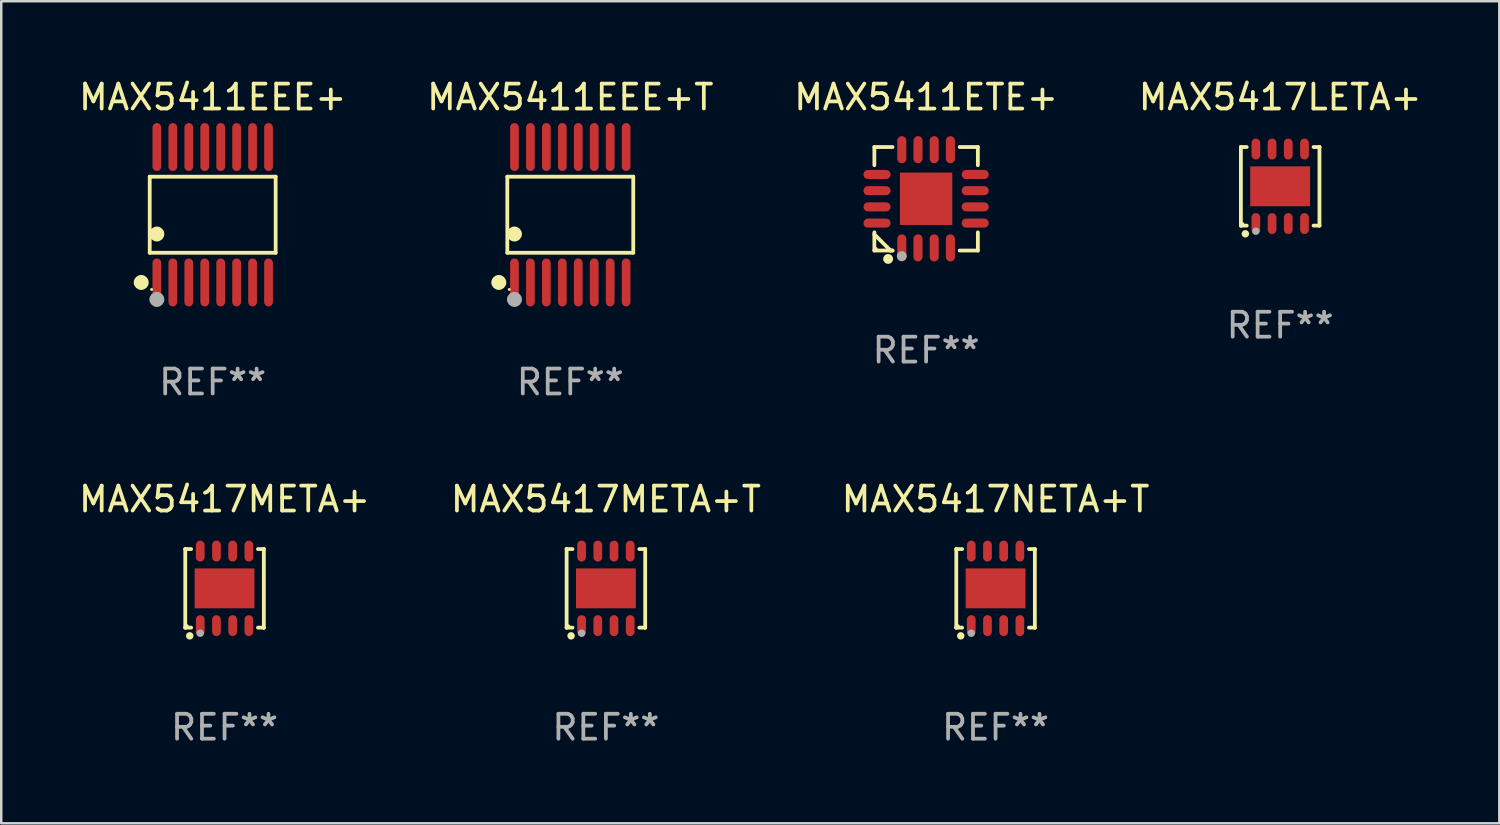
<source format=kicad_pcb>
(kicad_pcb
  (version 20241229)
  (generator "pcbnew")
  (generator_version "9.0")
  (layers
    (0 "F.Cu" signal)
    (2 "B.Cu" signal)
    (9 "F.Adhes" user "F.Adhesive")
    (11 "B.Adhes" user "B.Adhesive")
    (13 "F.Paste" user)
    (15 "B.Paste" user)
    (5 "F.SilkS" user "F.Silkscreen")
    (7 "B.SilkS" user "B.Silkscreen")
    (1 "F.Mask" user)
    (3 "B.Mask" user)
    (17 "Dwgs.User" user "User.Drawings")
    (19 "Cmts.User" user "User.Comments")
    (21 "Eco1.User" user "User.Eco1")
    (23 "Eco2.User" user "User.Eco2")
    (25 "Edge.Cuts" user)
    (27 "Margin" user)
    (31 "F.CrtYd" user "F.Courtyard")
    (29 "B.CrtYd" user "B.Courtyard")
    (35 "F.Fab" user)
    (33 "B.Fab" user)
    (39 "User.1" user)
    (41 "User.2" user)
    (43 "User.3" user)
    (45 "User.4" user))
  (footprint "MAX5417NETA+T"
    (layer "F.Cu")
    (at 36.887 20.552)
    (property "Reference" "MAX5417NETA+T" (at 0 -3.576 0) (layer "F.SilkS") (effects (font (size 1 1) (thickness 0.15))))
    (attr through_hole)
    (fp_line (start -1.576 -1.576) (end -1.576 -1.576) (stroke (width 0.152) (type solid)) (layer "F.SilkS"))
    (fp_line (start -1.576 -1.576) (end -1.341 -1.576) (stroke (width 0.152) (type solid)) (layer "F.SilkS"))
    (fp_line (start -1.576 1.576) (end -1.576 -1.576) (stroke (width 0.152) (type solid)) (layer "F.SilkS"))
    (fp_line (start -1.576 1.576) (end -1.576 1.576) (stroke (width 0.152) (type solid)) (layer "F.SilkS"))
    (fp_line (start -1.341 1.576) (end -1.576 1.576) (stroke (width 0.152) (type solid)) (layer "F.SilkS"))
    (fp_line (start 1.341 1.576) (end 1.576 1.576) (stroke (width 0.152) (type solid)) (layer "F.SilkS"))
    (fp_line (start 1.576 -1.576) (end 1.341 -1.576) (stroke (width 0.152) (type solid)) (layer "F.SilkS"))
    (fp_line (start 1.576 -1.576) (end 1.576 -1.576) (stroke (width 0.152) (type solid)) (layer "F.SilkS"))
    (fp_line (start 1.576 1.576) (end 1.576 -1.576) (stroke (width 0.152) (type solid)) (layer "F.SilkS"))
    (fp_line (start 1.576 1.576) (end 1.576 1.576) (stroke (width 0.152) (type solid)) (layer "F.SilkS"))
    (fp_circle (center -1.5 1.5) (end -1.47 1.5) (stroke (width 0.06) (type solid)) (fill no) (layer "F.SilkS"))
    (fp_circle (center -1.397 1.905) (end -1.322 1.905) (stroke (width 0.15) (type solid)) (fill no) (layer "F.SilkS"))
    (fp_circle (center -0.975 1.8) (end -0.9 1.8) (stroke (width 0.15) (type solid)) (fill no) (layer "F.Fab"))
    (fp_text user "REF**" (at 0 5.576 0) (layer "F.Fab") (effects (font (size 1 1) (thickness 0.15))))
    (pad "1" smd oval (at -0.975 1.495) (size 0.35 0.84) (layers "F.Cu" "F.Mask" "F.Paste"))
    (pad "2" smd oval (at -0.325 1.495) (size 0.35 0.84) (layers "F.Cu" "F.Mask" "F.Paste"))
    (pad "3" smd oval (at 0.325 1.495) (size 0.35 0.84) (layers "F.Cu" "F.Mask" "F.Paste"))
    (pad "4" smd oval (at 0.975 1.495) (size 0.35 0.84) (layers "F.Cu" "F.Mask" "F.Paste"))
    (pad "5" smd oval (at 0.975 -1.495) (size 0.35 0.84) (layers "F.Cu" "F.Mask" "F.Paste"))
    (pad "6" smd oval (at 0.325 -1.495) (size 0.35 0.84) (layers "F.Cu" "F.Mask" "F.Paste"))
    (pad "7" smd oval (at -0.325 -1.495) (size 0.35 0.84) (layers "F.Cu" "F.Mask" "F.Paste"))
    (pad "8" smd oval (at -0.975 -1.495) (size 0.35 0.84) (layers "F.Cu" "F.Mask" "F.Paste"))
    (pad "9" smd rect (at 0 0) (size 2.4 1.6) (layers "F.Cu" "F.Mask" "F.Paste")))
  (footprint "MAX5411ETE+"
    (layer "F.Cu")
    (at 34.101 4.924)
    (property "Reference" "MAX5411ETE+" (at 0 -4.076 0) (layer "F.SilkS") (effects (font (size 1 1) (thickness 0.15))))
    (attr through_hole)
    (fp_line (start -2.076 -2.076) (end -1.347 -2.076) (stroke (width 0.152) (type solid)) (layer "F.SilkS"))
    (fp_line (start -2.076 -1.347) (end -2.076 -2.076) (stroke (width 0.152) (type solid)) (layer "F.SilkS"))
    (fp_line (start -2.076 1.347) (end -2.076 2.076) (stroke (width 0.152) (type solid)) (layer "F.SilkS"))
    (fp_line (start -2.076 2.076) (end -1.347 2.076) (stroke (width 0.152) (type solid)) (layer "F.SilkS"))
    (fp_line (start -1.429 2.076) (end -2.076 1.429) (stroke (width 0.152) (type solid)) (layer "F.SilkS"))
    (fp_line (start -1.347 2.076) (end -1.429 2.076) (stroke (width 0.152) (type solid)) (layer "F.SilkS"))
    (fp_line (start 2.076 -2.076) (end 1.347 -2.076) (stroke (width 0.152) (type solid)) (layer "F.SilkS"))
    (fp_line (start 2.076 -1.347) (end 2.076 -2.076) (stroke (width 0.152) (type solid)) (layer "F.SilkS"))
    (fp_line (start 2.076 1.347) (end 2.076 2.076) (stroke (width 0.152) (type solid)) (layer "F.SilkS"))
    (fp_line (start 2.076 2.076) (end 1.347 2.076) (stroke (width 0.152) (type solid)) (layer "F.SilkS"))
    (fp_circle (center -2 2) (end -1.97 2) (stroke (width 0.06) (type solid)) (fill no) (layer "F.SilkS"))
    (fp_circle (center -1.524 2.413) (end -1.424 2.413) (stroke (width 0.2) (type solid)) (fill no) (layer "F.SilkS"))
    (fp_circle (center -0.975 2.3) (end -0.875 2.3) (stroke (width 0.2) (type solid)) (fill no) (layer "F.Fab"))
    (fp_text user "REF**" (at 0 6.076 0) (layer "F.Fab") (effects (font (size 1 1) (thickness 0.15))))
    (pad "1" smd oval (at -0.975 1.969) (size 0.364 1.087) (layers "F.Cu" "F.Mask" "F.Paste"))
    (pad "2" smd oval (at -0.325 1.969) (size 0.364 1.087) (layers "F.Cu" "F.Mask" "F.Paste"))
    (pad "3" smd oval (at 0.325 1.969) (size 0.364 1.087) (layers "F.Cu" "F.Mask" "F.Paste"))
    (pad "4" smd oval (at 0.975 1.969) (size 0.364 1.087) (layers "F.Cu" "F.Mask" "F.Paste"))
    (pad "5" smd oval (at 1.969 0.975) (size 1.087 0.364) (layers "F.Cu" "F.Mask" "F.Paste"))
    (pad "6" smd oval (at 1.969 0.325) (size 1.087 0.364) (layers "F.Cu" "F.Mask" "F.Paste"))
    (pad "7" smd oval (at 1.969 -0.325) (size 1.087 0.364) (layers "F.Cu" "F.Mask" "F.Paste"))
    (pad "8" smd oval (at 1.969 -0.975) (size 1.087 0.364) (layers "F.Cu" "F.Mask" "F.Paste"))
    (pad "9" smd oval (at 0.975 -1.969) (size 0.364 1.087) (layers "F.Cu" "F.Mask" "F.Paste"))
    (pad "10" smd oval (at 0.325 -1.969) (size 0.364 1.087) (layers "F.Cu" "F.Mask" "F.Paste"))
    (pad "11" smd oval (at -0.325 -1.969) (size 0.364 1.087) (layers "F.Cu" "F.Mask" "F.Paste"))
    (pad "12" smd oval (at -0.975 -1.969) (size 0.364 1.087) (layers "F.Cu" "F.Mask" "F.Paste"))
    (pad "13" smd oval (at -1.969 -0.975) (size 1.087 0.364) (layers "F.Cu" "F.Mask" "F.Paste"))
    (pad "14" smd oval (at -1.969 -0.325) (size 1.087 0.364) (layers "F.Cu" "F.Mask" "F.Paste"))
    (pad "15" smd oval (at -1.969 0.325) (size 1.087 0.364) (layers "F.Cu" "F.Mask" "F.Paste"))
    (pad "16" smd oval (at -1.969 0.975) (size 1.087 0.364) (layers "F.Cu" "F.Mask" "F.Paste"))
    (pad "17" smd rect (at 0 0) (size 2.1 2.1) (layers "F.Cu" "F.Mask" "F.Paste")))
  (footprint "MAX5411EEE+T"
    (layer "F.Cu")
    (at 19.827 5.564)
    (property "Reference" "MAX5411EEE+T" (at 0 -4.716 0) (layer "F.SilkS") (effects (font (size 1 1) (thickness 0.15))))
    (attr through_hole)
    (fp_line (start -2.526 -1.526) (end 2.526 -1.526) (stroke (width 0.152) (type solid)) (layer "F.SilkS"))
    (fp_line (start -2.526 1.526) (end -2.526 -1.526) (stroke (width 0.152) (type solid)) (layer "F.SilkS"))
    (fp_line (start 2.526 -1.526) (end 2.526 1.526) (stroke (width 0.152) (type solid)) (layer "F.SilkS"))
    (fp_line (start 2.526 1.526) (end -2.526 1.526) (stroke (width 0.152) (type solid)) (layer "F.SilkS"))
    (fp_circle (center -2.867 2.716) (end -2.717 2.716) (stroke (width 0.3) (type solid)) (fill no) (layer "F.SilkS"))
    (fp_circle (center -2.45 2.997) (end -2.42 2.997) (stroke (width 0.06) (type solid)) (fill no) (layer "F.SilkS"))
    (fp_circle (center -2.24 0.774) (end -2.09 0.774) (stroke (width 0.3) (type solid)) (fill no) (layer "F.SilkS"))
    (fp_circle (center -2.24 3.398) (end -2.09 3.398) (stroke (width 0.3) (type solid)) (fill no) (layer "F.Fab"))
    (fp_text user "REF**" (at 0 6.716 0) (layer "F.Fab") (effects (font (size 1 1) (thickness 0.15))))
    (pad "1" smd oval (at -2.24 2.716) (size 0.35 1.922) (layers "F.Cu" "F.Mask" "F.Paste"))
    (pad "2" smd oval (at -1.6 2.716) (size 0.35 1.922) (layers "F.Cu" "F.Mask" "F.Paste"))
    (pad "3" smd oval (at -0.96 2.716) (size 0.35 1.922) (layers "F.Cu" "F.Mask" "F.Paste"))
    (pad "4" smd oval (at -0.32 2.716) (size 0.35 1.922) (layers "F.Cu" "F.Mask" "F.Paste"))
    (pad "5" smd oval (at 0.32 2.716) (size 0.35 1.922) (layers "F.Cu" "F.Mask" "F.Paste"))
    (pad "6" smd oval (at 0.96 2.716) (size 0.35 1.922) (layers "F.Cu" "F.Mask" "F.Paste"))
    (pad "7" smd oval (at 1.6 2.716) (size 0.35 1.922) (layers "F.Cu" "F.Mask" "F.Paste"))
    (pad "8" smd oval (at 2.24 2.716) (size 0.35 1.922) (layers "F.Cu" "F.Mask" "F.Paste"))
    (pad "9" smd oval (at 2.24 -2.716) (size 0.35 1.922) (layers "F.Cu" "F.Mask" "F.Paste"))
    (pad "10" smd oval (at 1.6 -2.716) (size 0.35 1.922) (layers "F.Cu" "F.Mask" "F.Paste"))
    (pad "11" smd oval (at 0.96 -2.716) (size 0.35 1.922) (layers "F.Cu" "F.Mask" "F.Paste"))
    (pad "12" smd oval (at 0.32 -2.716) (size 0.35 1.922) (layers "F.Cu" "F.Mask" "F.Paste"))
    (pad "13" smd oval (at -0.32 -2.716) (size 0.35 1.922) (layers "F.Cu" "F.Mask" "F.Paste"))
    (pad "14" smd oval (at -0.96 -2.716) (size 0.35 1.922) (layers "F.Cu" "F.Mask" "F.Paste"))
    (pad "15" smd oval (at -1.6 -2.716) (size 0.35 1.922) (layers "F.Cu" "F.Mask" "F.Paste"))
    (pad "16" smd oval (at -2.24 -2.716) (size 0.35 1.922) (layers "F.Cu" "F.Mask" "F.Paste")))
  (footprint "MAX5411EEE+"
    (layer "F.Cu")
    (at 5.482 5.564)
    (property "Reference" "MAX5411EEE+" (at 0 -4.716 0) (layer "F.SilkS") (effects (font (size 1 1) (thickness 0.15))))
    (attr through_hole)
    (fp_line (start -2.526 -1.526) (end 2.526 -1.526) (stroke (width 0.152) (type solid)) (layer "F.SilkS"))
    (fp_line (start -2.526 1.526) (end -2.526 -1.526) (stroke (width 0.152) (type solid)) (layer "F.SilkS"))
    (fp_line (start 2.526 -1.526) (end 2.526 1.526) (stroke (width 0.152) (type solid)) (layer "F.SilkS"))
    (fp_line (start 2.526 1.526) (end -2.526 1.526) (stroke (width 0.152) (type solid)) (layer "F.SilkS"))
    (fp_circle (center -2.867 2.716) (end -2.717 2.716) (stroke (width 0.3) (type solid)) (fill no) (layer "F.SilkS"))
    (fp_circle (center -2.45 2.997) (end -2.42 2.997) (stroke (width 0.06) (type solid)) (fill no) (layer "F.SilkS"))
    (fp_circle (center -2.24 0.774) (end -2.09 0.774) (stroke (width 0.3) (type solid)) (fill no) (layer "F.SilkS"))
    (fp_circle (center -2.24 3.398) (end -2.09 3.398) (stroke (width 0.3) (type solid)) (fill no) (layer "F.Fab"))
    (fp_text user "REF**" (at 0 6.716 0) (layer "F.Fab") (effects (font (size 1 1) (thickness 0.15))))
    (pad "1" smd oval (at -2.24 2.716) (size 0.35 1.922) (layers "F.Cu" "F.Mask" "F.Paste"))
    (pad "2" smd oval (at -1.6 2.716) (size 0.35 1.922) (layers "F.Cu" "F.Mask" "F.Paste"))
    (pad "3" smd oval (at -0.96 2.716) (size 0.35 1.922) (layers "F.Cu" "F.Mask" "F.Paste"))
    (pad "4" smd oval (at -0.32 2.716) (size 0.35 1.922) (layers "F.Cu" "F.Mask" "F.Paste"))
    (pad "5" smd oval (at 0.32 2.716) (size 0.35 1.922) (layers "F.Cu" "F.Mask" "F.Paste"))
    (pad "6" smd oval (at 0.96 2.716) (size 0.35 1.922) (layers "F.Cu" "F.Mask" "F.Paste"))
    (pad "7" smd oval (at 1.6 2.716) (size 0.35 1.922) (layers "F.Cu" "F.Mask" "F.Paste"))
    (pad "8" smd oval (at 2.24 2.716) (size 0.35 1.922) (layers "F.Cu" "F.Mask" "F.Paste"))
    (pad "9" smd oval (at 2.24 -2.716) (size 0.35 1.922) (layers "F.Cu" "F.Mask" "F.Paste"))
    (pad "10" smd oval (at 1.6 -2.716) (size 0.35 1.922) (layers "F.Cu" "F.Mask" "F.Paste"))
    (pad "11" smd oval (at 0.96 -2.716) (size 0.35 1.922) (layers "F.Cu" "F.Mask" "F.Paste"))
    (pad "12" smd oval (at 0.32 -2.716) (size 0.35 1.922) (layers "F.Cu" "F.Mask" "F.Paste"))
    (pad "13" smd oval (at -0.32 -2.716) (size 0.35 1.922) (layers "F.Cu" "F.Mask" "F.Paste"))
    (pad "14" smd oval (at -0.96 -2.716) (size 0.35 1.922) (layers "F.Cu" "F.Mask" "F.Paste"))
    (pad "15" smd oval (at -1.6 -2.716) (size 0.35 1.922) (layers "F.Cu" "F.Mask" "F.Paste"))
    (pad "16" smd oval (at -2.24 -2.716) (size 0.35 1.922) (layers "F.Cu" "F.Mask" "F.Paste")))
  (footprint "MAX5417META+"
    (layer "F.Cu")
    (at 5.958 20.552)
    (property "Reference" "MAX5417META+" (at 0 -3.576 0) (layer "F.SilkS") (effects (font (size 1 1) (thickness 0.15))))
    (attr through_hole)
    (fp_line (start -1.576 -1.576) (end -1.576 -1.576) (stroke (width 0.152) (type solid)) (layer "F.SilkS"))
    (fp_line (start -1.576 -1.576) (end -1.341 -1.576) (stroke (width 0.152) (type solid)) (layer "F.SilkS"))
    (fp_line (start -1.576 1.576) (end -1.576 -1.576) (stroke (width 0.152) (type solid)) (layer "F.SilkS"))
    (fp_line (start -1.576 1.576) (end -1.576 1.576) (stroke (width 0.152) (type solid)) (layer "F.SilkS"))
    (fp_line (start -1.341 1.576) (end -1.576 1.576) (stroke (width 0.152) (type solid)) (layer "F.SilkS"))
    (fp_line (start 1.341 1.576) (end 1.576 1.576) (stroke (width 0.152) (type solid)) (layer "F.SilkS"))
    (fp_line (start 1.576 -1.576) (end 1.341 -1.576) (stroke (width 0.152) (type solid)) (layer "F.SilkS"))
    (fp_line (start 1.576 -1.576) (end 1.576 -1.576) (stroke (width 0.152) (type solid)) (layer "F.SilkS"))
    (fp_line (start 1.576 1.576) (end 1.576 -1.576) (stroke (width 0.152) (type solid)) (layer "F.SilkS"))
    (fp_line (start 1.576 1.576) (end 1.576 1.576) (stroke (width 0.152) (type solid)) (layer "F.SilkS"))
    (fp_circle (center -1.5 1.5) (end -1.47 1.5) (stroke (width 0.06) (type solid)) (fill no) (layer "F.SilkS"))
    (fp_circle (center -1.397 1.905) (end -1.322 1.905) (stroke (width 0.15) (type solid)) (fill no) (layer "F.SilkS"))
    (fp_circle (center -0.975 1.8) (end -0.9 1.8) (stroke (width 0.15) (type solid)) (fill no) (layer "F.Fab"))
    (fp_text user "REF**" (at 0 5.576 0) (layer "F.Fab") (effects (font (size 1 1) (thickness 0.15))))
    (pad "1" smd oval (at -0.975 1.495) (size 0.35 0.84) (layers "F.Cu" "F.Mask" "F.Paste"))
    (pad "2" smd oval (at -0.325 1.495) (size 0.35 0.84) (layers "F.Cu" "F.Mask" "F.Paste"))
    (pad "3" smd oval (at 0.325 1.495) (size 0.35 0.84) (layers "F.Cu" "F.Mask" "F.Paste"))
    (pad "4" smd oval (at 0.975 1.495) (size 0.35 0.84) (layers "F.Cu" "F.Mask" "F.Paste"))
    (pad "5" smd oval (at 0.975 -1.495) (size 0.35 0.84) (layers "F.Cu" "F.Mask" "F.Paste"))
    (pad "6" smd oval (at 0.325 -1.495) (size 0.35 0.84) (layers "F.Cu" "F.Mask" "F.Paste"))
    (pad "7" smd oval (at -0.325 -1.495) (size 0.35 0.84) (layers "F.Cu" "F.Mask" "F.Paste"))
    (pad "8" smd oval (at -0.975 -1.495) (size 0.35 0.84) (layers "F.Cu" "F.Mask" "F.Paste"))
    (pad "9" smd rect (at 0 0) (size 2.4 1.6) (layers "F.Cu" "F.Mask" "F.Paste")))
  (footprint "MAX5417LETA+"
    (layer "F.Cu")
    (at 48.304 4.424)
    (property "Reference" "MAX5417LETA+" (at 0 -3.576 0) (layer "F.SilkS") (effects (font (size 1 1) (thickness 0.15))))
    (attr through_hole)
    (fp_line (start -1.576 -1.576) (end -1.576 -1.576) (stroke (width 0.152) (type solid)) (layer "F.SilkS"))
    (fp_line (start -1.576 -1.576) (end -1.341 -1.576) (stroke (width 0.152) (type solid)) (layer "F.SilkS"))
    (fp_line (start -1.576 1.576) (end -1.576 -1.576) (stroke (width 0.152) (type solid)) (layer "F.SilkS"))
    (fp_line (start -1.576 1.576) (end -1.576 1.576) (stroke (width 0.152) (type solid)) (layer "F.SilkS"))
    (fp_line (start -1.341 1.576) (end -1.576 1.576) (stroke (width 0.152) (type solid)) (layer "F.SilkS"))
    (fp_line (start 1.341 1.576) (end 1.576 1.576) (stroke (width 0.152) (type solid)) (layer "F.SilkS"))
    (fp_line (start 1.576 -1.576) (end 1.341 -1.576) (stroke (width 0.152) (type solid)) (layer "F.SilkS"))
    (fp_line (start 1.576 -1.576) (end 1.576 -1.576) (stroke (width 0.152) (type solid)) (layer "F.SilkS"))
    (fp_line (start 1.576 1.576) (end 1.576 -1.576) (stroke (width 0.152) (type solid)) (layer "F.SilkS"))
    (fp_line (start 1.576 1.576) (end 1.576 1.576) (stroke (width 0.152) (type solid)) (layer "F.SilkS"))
    (fp_circle (center -1.5 1.5) (end -1.47 1.5) (stroke (width 0.06) (type solid)) (fill no) (layer "F.SilkS"))
    (fp_circle (center -1.397 1.905) (end -1.322 1.905) (stroke (width 0.15) (type solid)) (fill no) (layer "F.SilkS"))
    (fp_circle (center -0.975 1.8) (end -0.9 1.8) (stroke (width 0.15) (type solid)) (fill no) (layer "F.Fab"))
    (fp_text user "REF**" (at 0 5.576 0) (layer "F.Fab") (effects (font (size 1 1) (thickness 0.15))))
    (pad "1" smd oval (at -0.975 1.495) (size 0.35 0.84) (layers "F.Cu" "F.Mask" "F.Paste"))
    (pad "2" smd oval (at -0.325 1.495) (size 0.35 0.84) (layers "F.Cu" "F.Mask" "F.Paste"))
    (pad "3" smd oval (at 0.325 1.495) (size 0.35 0.84) (layers "F.Cu" "F.Mask" "F.Paste"))
    (pad "4" smd oval (at 0.975 1.495) (size 0.35 0.84) (layers "F.Cu" "F.Mask" "F.Paste"))
    (pad "5" smd oval (at 0.975 -1.495) (size 0.35 0.84) (layers "F.Cu" "F.Mask" "F.Paste"))
    (pad "6" smd oval (at 0.325 -1.495) (size 0.35 0.84) (layers "F.Cu" "F.Mask" "F.Paste"))
    (pad "7" smd oval (at -0.325 -1.495) (size 0.35 0.84) (layers "F.Cu" "F.Mask" "F.Paste"))
    (pad "8" smd oval (at -0.975 -1.495) (size 0.35 0.84) (layers "F.Cu" "F.Mask" "F.Paste"))
    (pad "9" smd rect (at 0 0) (size 2.4 1.6) (layers "F.Cu" "F.Mask" "F.Paste")))
  (footprint "MAX5417META+T"
    (layer "F.Cu")
    (at 21.256 20.552)
    (property "Reference" "MAX5417META+T" (at 0 -3.576 0) (layer "F.SilkS") (effects (font (size 1 1) (thickness 0.15))))
    (attr through_hole)
    (fp_line (start -1.576 -1.576) (end -1.576 -1.576) (stroke (width 0.152) (type solid)) (layer "F.SilkS"))
    (fp_line (start -1.576 -1.576) (end -1.341 -1.576) (stroke (width 0.152) (type solid)) (layer "F.SilkS"))
    (fp_line (start -1.576 1.576) (end -1.576 -1.576) (stroke (width 0.152) (type solid)) (layer "F.SilkS"))
    (fp_line (start -1.576 1.576) (end -1.576 1.576) (stroke (width 0.152) (type solid)) (layer "F.SilkS"))
    (fp_line (start -1.341 1.576) (end -1.576 1.576) (stroke (width 0.152) (type solid)) (layer "F.SilkS"))
    (fp_line (start 1.341 1.576) (end 1.576 1.576) (stroke (width 0.152) (type solid)) (layer "F.SilkS"))
    (fp_line (start 1.576 -1.576) (end 1.341 -1.576) (stroke (width 0.152) (type solid)) (layer "F.SilkS"))
    (fp_line (start 1.576 -1.576) (end 1.576 -1.576) (stroke (width 0.152) (type solid)) (layer "F.SilkS"))
    (fp_line (start 1.576 1.576) (end 1.576 -1.576) (stroke (width 0.152) (type solid)) (layer "F.SilkS"))
    (fp_line (start 1.576 1.576) (end 1.576 1.576) (stroke (width 0.152) (type solid)) (layer "F.SilkS"))
    (fp_circle (center -1.5 1.5) (end -1.47 1.5) (stroke (width 0.06) (type solid)) (fill no) (layer "F.SilkS"))
    (fp_circle (center -1.397 1.905) (end -1.322 1.905) (stroke (width 0.15) (type solid)) (fill no) (layer "F.SilkS"))
    (fp_circle (center -0.975 1.8) (end -0.9 1.8) (stroke (width 0.15) (type solid)) (fill no) (layer "F.Fab"))
    (fp_text user "REF**" (at 0 5.576 0) (layer "F.Fab") (effects (font (size 1 1) (thickness 0.15))))
    (pad "1" smd oval (at -0.975 1.495) (size 0.35 0.84) (layers "F.Cu" "F.Mask" "F.Paste"))
    (pad "2" smd oval (at -0.325 1.495) (size 0.35 0.84) (layers "F.Cu" "F.Mask" "F.Paste"))
    (pad "3" smd oval (at 0.325 1.495) (size 0.35 0.84) (layers "F.Cu" "F.Mask" "F.Paste"))
    (pad "4" smd oval (at 0.975 1.495) (size 0.35 0.84) (layers "F.Cu" "F.Mask" "F.Paste"))
    (pad "5" smd oval (at 0.975 -1.495) (size 0.35 0.84) (layers "F.Cu" "F.Mask" "F.Paste"))
    (pad "6" smd oval (at 0.325 -1.495) (size 0.35 0.84) (layers "F.Cu" "F.Mask" "F.Paste"))
    (pad "7" smd oval (at -0.325 -1.495) (size 0.35 0.84) (layers "F.Cu" "F.Mask" "F.Paste"))
    (pad "8" smd oval (at -0.975 -1.495) (size 0.35 0.84) (layers "F.Cu" "F.Mask" "F.Paste"))
    (pad "9" smd rect (at 0 0) (size 2.4 1.6) (layers "F.Cu" "F.Mask" "F.Paste")))
  (gr_rect
    (start -3 -3)
    (end 57.095 29.977)
    (stroke (width 0.1) (type default))
    (fill no)
    (layer "Edge.Cuts")))
</source>
